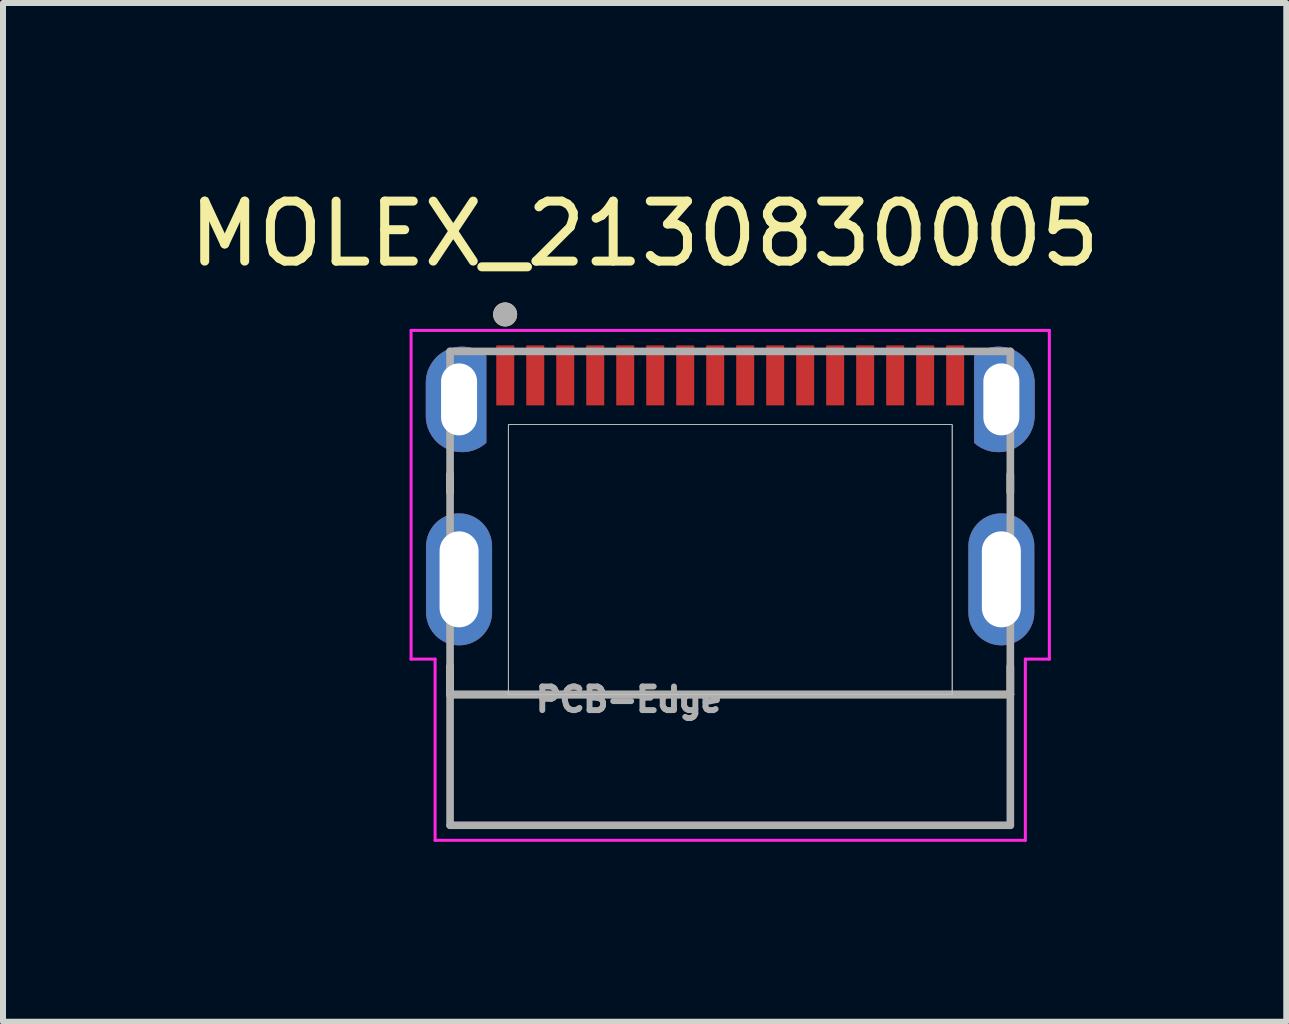
<source format=kicad_pcb>
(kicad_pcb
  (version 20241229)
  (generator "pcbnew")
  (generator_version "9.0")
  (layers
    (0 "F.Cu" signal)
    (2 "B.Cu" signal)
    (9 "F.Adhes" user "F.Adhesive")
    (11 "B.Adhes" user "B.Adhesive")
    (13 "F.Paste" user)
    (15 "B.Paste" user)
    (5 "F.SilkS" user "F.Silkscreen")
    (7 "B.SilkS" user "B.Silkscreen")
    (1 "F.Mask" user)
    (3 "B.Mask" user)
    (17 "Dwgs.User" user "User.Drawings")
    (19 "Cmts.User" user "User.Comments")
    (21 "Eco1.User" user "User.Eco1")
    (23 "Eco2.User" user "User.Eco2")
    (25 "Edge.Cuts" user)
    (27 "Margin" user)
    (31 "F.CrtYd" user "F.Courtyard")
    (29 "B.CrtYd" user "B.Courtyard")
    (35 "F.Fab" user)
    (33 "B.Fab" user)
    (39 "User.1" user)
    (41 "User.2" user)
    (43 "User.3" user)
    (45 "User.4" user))
  (footprint "MOLEX_2130830005"
    (layer "F.Cu")
    (at 9.123 3.208)
    (property "Reference" "MOLEX_2130830005" (at -1.427 -2.36 0) (layer "F.SilkS") (effects (font (size 1 1) (thickness 0.15))))
    (attr through_hole)
    (fp_poly (pts (xy -5.07 0.125) (xy -5.07 0.675) (xy -5.068 0.721) (xy -5.063 0.767) (xy -5.054 0.812) (xy -5.042 0.857) (xy -5.026 0.9) (xy -5.007 0.942) (xy -4.985 0.982) (xy -4.96 1.021) (xy -4.932 1.057) (xy -4.902 1.092) (xy -4.869 1.124) (xy -4.833 1.153) (xy -4.795 1.179) (xy -4.756 1.203) (xy -4.714 1.223) (xy -4.672 1.24) (xy -4.628 1.254) (xy -4.583 1.264) (xy -4.537 1.271) (xy -4.492 1.274) (xy -4.445 1.274) (xy -4.4 1.27) (xy -4.354 1.263) (xy -4.309 1.253) (xy -4.266 1.239) (xy -4.223 1.221) (xy -4.182 1.201) (xy -4.142 1.177) (xy -4.105 1.15) (xy -4.07 1.121) (xy -4.07 -0.321) (xy -4.105 -0.35) (xy -4.142 -0.377) (xy -4.182 -0.401) (xy -4.223 -0.421) (xy -4.266 -0.439) (xy -4.309 -0.453) (xy -4.354 -0.463) (xy -4.4 -0.47) (xy -4.445 -0.474) (xy -4.492 -0.474) (xy -4.537 -0.471) (xy -4.583 -0.464) (xy -4.628 -0.454) (xy -4.672 -0.44) (xy -4.714 -0.423) (xy -4.756 -0.403) (xy -4.795 -0.379) (xy -4.833 -0.353) (xy -4.869 -0.324) (xy -4.902 -0.292) (xy -4.932 -0.257) (xy -4.96 -0.221) (xy -4.985 -0.182) (xy -5.007 -0.142) (xy -5.026 -0.1) (xy -5.042 -0.057) (xy -5.054 -0.012) (xy -5.063 0.033) (xy -5.068 0.079) (xy -5.07 0.125)) (stroke (width 0.01) (type solid)) (fill yes) (layer "F.Cu"))
    (fp_poly (pts (xy 5.07 0.675) (xy 5.068 0.721) (xy 5.063 0.767) (xy 5.054 0.812) (xy 5.042 0.857) (xy 5.026 0.9) (xy 5.007 0.942) (xy 4.985 0.982) (xy 4.96 1.021) (xy 4.932 1.057) (xy 4.902 1.092) (xy 4.869 1.124) (xy 4.833 1.153) (xy 4.795 1.179) (xy 4.756 1.203) (xy 4.714 1.223) (xy 4.672 1.24) (xy 4.628 1.254) (xy 4.583 1.264) (xy 4.537 1.271) (xy 4.492 1.274) (xy 4.445 1.274) (xy 4.4 1.27) (xy 4.354 1.263) (xy 4.309 1.253) (xy 4.266 1.239) (xy 4.223 1.221) (xy 4.182 1.201) (xy 4.142 1.177) (xy 4.105 1.15) (xy 4.07 1.121) (xy 4.07 -0.321) (xy 4.105 -0.35) (xy 4.142 -0.377) (xy 4.182 -0.401) (xy 4.223 -0.421) (xy 4.266 -0.439) (xy 4.309 -0.453) (xy 4.354 -0.463) (xy 4.4 -0.47) (xy 4.445 -0.474) (xy 4.492 -0.474) (xy 4.537 -0.471) (xy 4.583 -0.464) (xy 4.628 -0.454) (xy 4.672 -0.44) (xy 4.714 -0.423) (xy 4.756 -0.403) (xy 4.795 -0.379) (xy 4.833 -0.353) (xy 4.869 -0.323) (xy 4.902 -0.292) (xy 4.932 -0.257) (xy 4.96 -0.221) (xy 4.985 -0.182) (xy 5.007 -0.142) (xy 5.026 -0.1) (xy 5.042 -0.057) (xy 5.054 -0.012) (xy 5.063 0.033) (xy 5.068 0.079) (xy 5.07 0.125) (xy 5.07 0.675)) (stroke (width 0.01) (type solid)) (fill yes) (layer "F.Cu"))
    (fp_poly (pts (xy 5.17 0.675) (xy 5.168 0.731) (xy 5.161 0.785) (xy 5.15 0.84) (xy 5.135 0.893) (xy 5.116 0.945) (xy 5.093 0.995) (xy 5.065 1.043) (xy 5.035 1.089) (xy 5 1.132) (xy 4.962 1.173) (xy 4.921 1.21) (xy 4.878 1.244) (xy 4.832 1.274) (xy 4.783 1.301) (xy 4.733 1.324) (xy 4.681 1.342) (xy 4.627 1.357) (xy 4.573 1.367) (xy 4.518 1.373) (xy 4.462 1.375) (xy 4.407 1.372) (xy 4.352 1.365) (xy 4.298 1.353) (xy 4.245 1.337) (xy 4.194 1.317) (xy 4.144 1.294) (xy 4.096 1.266) (xy 4.05 1.234) (xy 4.007 1.199) (xy 3.97 1.164) (xy 3.97 -0.364) (xy 4.007 -0.399) (xy 4.05 -0.434) (xy 4.096 -0.466) (xy 4.144 -0.494) (xy 4.194 -0.517) (xy 4.245 -0.537) (xy 4.298 -0.553) (xy 4.352 -0.565) (xy 4.407 -0.572) (xy 4.462 -0.575) (xy 4.518 -0.573) (xy 4.573 -0.567) (xy 4.627 -0.557) (xy 4.681 -0.542) (xy 4.733 -0.524) (xy 4.783 -0.501) (xy 4.832 -0.474) (xy 4.878 -0.444) (xy 4.921 -0.41) (xy 4.962 -0.373) (xy 5 -0.332) (xy 5.035 -0.289) (xy 5.065 -0.243) (xy 5.093 -0.195) (xy 5.116 -0.145) (xy 5.135 -0.093) (xy 5.15 -0.04) (xy 5.161 0.015) (xy 5.168 0.069) (xy 5.17 0.125) (xy 5.17 0.675)) (stroke (width 0.01) (type solid)) (fill yes) (layer "F.Mask"))
    (fp_poly (pts (xy -3.97 1.164) (xy -4.007 1.199) (xy -4.05 1.234) (xy -4.096 1.266) (xy -4.144 1.294) (xy -4.194 1.317) (xy -4.245 1.337) (xy -4.298 1.353) (xy -4.352 1.365) (xy -4.407 1.372) (xy -4.462 1.375) (xy -4.518 1.373) (xy -4.573 1.367) (xy -4.627 1.357) (xy -4.681 1.342) (xy -4.733 1.324) (xy -4.783 1.301) (xy -4.832 1.274) (xy -4.878 1.244) (xy -4.921 1.21) (xy -4.962 1.173) (xy -5 1.132) (xy -5.035 1.089) (xy -5.065 1.043) (xy -5.093 0.995) (xy -5.116 0.945) (xy -5.135 0.893) (xy -5.15 0.84) (xy -5.161 0.785) (xy -5.168 0.731) (xy -5.17 0.675) (xy -5.17 0.125) (xy -5.168 0.069) (xy -5.161 0.015) (xy -5.15 -0.04) (xy -5.135 -0.093) (xy -5.116 -0.145) (xy -5.093 -0.195) (xy -5.065 -0.243) (xy -5.035 -0.289) (xy -5 -0.332) (xy -4.962 -0.373) (xy -4.921 -0.41) (xy -4.878 -0.444) (xy -4.832 -0.474) (xy -4.783 -0.501) (xy -4.733 -0.524) (xy -4.681 -0.542) (xy -4.627 -0.557) (xy -4.573 -0.567) (xy -4.518 -0.573) (xy -4.462 -0.575) (xy -4.407 -0.572) (xy -4.352 -0.565) (xy -4.298 -0.553) (xy -4.245 -0.537) (xy -4.194 -0.517) (xy -4.144 -0.494) (xy -4.096 -0.466) (xy -4.05 -0.434) (xy -4.007 -0.399) (xy -3.97 -0.364) (xy -3.97 1.164) (xy -3.97 1.164)) (stroke (width 0.01) (type solid)) (fill yes) (layer "F.Mask"))
    (fp_poly (pts (xy -5.07 0.125) (xy -5.07 0.675) (xy -5.068 0.721) (xy -5.063 0.767) (xy -5.054 0.812) (xy -5.042 0.857) (xy -5.026 0.9) (xy -5.007 0.942) (xy -4.985 0.982) (xy -4.96 1.021) (xy -4.932 1.057) (xy -4.902 1.092) (xy -4.869 1.124) (xy -4.833 1.153) (xy -4.795 1.179) (xy -4.756 1.203) (xy -4.714 1.223) (xy -4.672 1.24) (xy -4.628 1.254) (xy -4.583 1.264) (xy -4.537 1.271) (xy -4.492 1.274) (xy -4.445 1.274) (xy -4.4 1.27) (xy -4.354 1.263) (xy -4.309 1.253) (xy -4.266 1.239) (xy -4.223 1.221) (xy -4.182 1.201) (xy -4.142 1.177) (xy -4.105 1.15) (xy -4.07 1.121) (xy -4.07 -0.321) (xy -4.105 -0.35) (xy -4.142 -0.377) (xy -4.182 -0.401) (xy -4.223 -0.421) (xy -4.266 -0.439) (xy -4.309 -0.453) (xy -4.354 -0.463) (xy -4.4 -0.47) (xy -4.445 -0.474) (xy -4.492 -0.474) (xy -4.537 -0.471) (xy -4.583 -0.464) (xy -4.628 -0.454) (xy -4.672 -0.44) (xy -4.714 -0.423) (xy -4.756 -0.403) (xy -4.795 -0.379) (xy -4.833 -0.353) (xy -4.869 -0.324) (xy -4.902 -0.292) (xy -4.932 -0.257) (xy -4.96 -0.221) (xy -4.985 -0.182) (xy -5.007 -0.142) (xy -5.026 -0.1) (xy -5.042 -0.057) (xy -5.054 -0.012) (xy -5.063 0.033) (xy -5.068 0.079) (xy -5.07 0.125)) (stroke (width 0.01) (type solid)) (fill yes) (layer "B.Cu"))
    (fp_poly (pts (xy 5.07 0.675) (xy 5.068 0.721) (xy 5.063 0.767) (xy 5.054 0.812) (xy 5.042 0.857) (xy 5.026 0.9) (xy 5.007 0.942) (xy 4.985 0.982) (xy 4.96 1.021) (xy 4.932 1.057) (xy 4.902 1.092) (xy 4.869 1.124) (xy 4.833 1.153) (xy 4.795 1.179) (xy 4.756 1.203) (xy 4.714 1.223) (xy 4.672 1.24) (xy 4.628 1.254) (xy 4.583 1.264) (xy 4.537 1.271) (xy 4.492 1.274) (xy 4.445 1.274) (xy 4.4 1.27) (xy 4.354 1.263) (xy 4.309 1.253) (xy 4.266 1.239) (xy 4.223 1.221) (xy 4.182 1.201) (xy 4.142 1.177) (xy 4.105 1.15) (xy 4.07 1.121) (xy 4.07 -0.321) (xy 4.105 -0.35) (xy 4.142 -0.377) (xy 4.182 -0.401) (xy 4.223 -0.421) (xy 4.266 -0.439) (xy 4.309 -0.453) (xy 4.354 -0.463) (xy 4.4 -0.47) (xy 4.445 -0.474) (xy 4.492 -0.474) (xy 4.537 -0.471) (xy 4.583 -0.464) (xy 4.628 -0.454) (xy 4.672 -0.44) (xy 4.714 -0.423) (xy 4.756 -0.403) (xy 4.795 -0.379) (xy 4.833 -0.353) (xy 4.869 -0.323) (xy 4.902 -0.292) (xy 4.932 -0.257) (xy 4.96 -0.221) (xy 4.985 -0.182) (xy 5.007 -0.142) (xy 5.026 -0.1) (xy 5.042 -0.057) (xy 5.054 -0.012) (xy 5.063 0.033) (xy 5.068 0.079) (xy 5.07 0.125) (xy 5.07 0.675)) (stroke (width 0.01) (type solid)) (fill yes) (layer "B.Cu"))
    (fp_poly (pts (xy 5.17 0.675) (xy 5.168 0.731) (xy 5.161 0.785) (xy 5.15 0.84) (xy 5.135 0.893) (xy 5.116 0.945) (xy 5.093 0.995) (xy 5.065 1.043) (xy 5.035 1.089) (xy 5 1.132) (xy 4.962 1.173) (xy 4.921 1.21) (xy 4.878 1.244) (xy 4.832 1.274) (xy 4.783 1.301) (xy 4.733 1.324) (xy 4.681 1.342) (xy 4.627 1.357) (xy 4.573 1.367) (xy 4.518 1.373) (xy 4.462 1.375) (xy 4.407 1.372) (xy 4.352 1.365) (xy 4.298 1.353) (xy 4.245 1.337) (xy 4.194 1.317) (xy 4.144 1.294) (xy 4.096 1.266) (xy 4.05 1.234) (xy 4.007 1.199) (xy 3.97 1.164) (xy 3.97 -0.364) (xy 4.007 -0.399) (xy 4.05 -0.434) (xy 4.096 -0.466) (xy 4.144 -0.494) (xy 4.194 -0.517) (xy 4.245 -0.537) (xy 4.298 -0.553) (xy 4.352 -0.565) (xy 4.407 -0.572) (xy 4.462 -0.575) (xy 4.518 -0.573) (xy 4.573 -0.567) (xy 4.627 -0.557) (xy 4.681 -0.542) (xy 4.733 -0.524) (xy 4.783 -0.501) (xy 4.832 -0.474) (xy 4.878 -0.444) (xy 4.921 -0.41) (xy 4.962 -0.373) (xy 5 -0.332) (xy 5.035 -0.289) (xy 5.065 -0.243) (xy 5.093 -0.195) (xy 5.116 -0.145) (xy 5.135 -0.093) (xy 5.15 -0.04) (xy 5.161 0.015) (xy 5.168 0.069) (xy 5.17 0.125) (xy 5.17 0.675)) (stroke (width 0.01) (type solid)) (fill yes) (layer "B.Mask"))
    (fp_poly (pts (xy -3.97 1.164) (xy -4.007 1.199) (xy -4.05 1.234) (xy -4.096 1.266) (xy -4.144 1.294) (xy -4.194 1.317) (xy -4.245 1.337) (xy -4.298 1.353) (xy -4.352 1.365) (xy -4.407 1.372) (xy -4.462 1.375) (xy -4.518 1.373) (xy -4.573 1.367) (xy -4.627 1.357) (xy -4.681 1.342) (xy -4.733 1.324) (xy -4.783 1.301) (xy -4.832 1.274) (xy -4.878 1.244) (xy -4.921 1.21) (xy -4.962 1.173) (xy -5 1.132) (xy -5.035 1.089) (xy -5.065 1.043) (xy -5.093 0.995) (xy -5.116 0.945) (xy -5.135 0.893) (xy -5.15 0.84) (xy -5.161 0.785) (xy -5.168 0.731) (xy -5.17 0.675) (xy -5.17 0.125) (xy -5.168 0.069) (xy -5.161 0.015) (xy -5.15 -0.04) (xy -5.135 -0.093) (xy -5.116 -0.145) (xy -5.093 -0.195) (xy -5.065 -0.243) (xy -5.035 -0.289) (xy -5 -0.332) (xy -4.962 -0.373) (xy -4.921 -0.41) (xy -4.878 -0.444) (xy -4.832 -0.474) (xy -4.783 -0.501) (xy -4.733 -0.524) (xy -4.681 -0.542) (xy -4.627 -0.557) (xy -4.573 -0.567) (xy -4.518 -0.573) (xy -4.462 -0.575) (xy -4.407 -0.572) (xy -4.352 -0.565) (xy -4.298 -0.553) (xy -4.245 -0.537) (xy -4.194 -0.517) (xy -4.144 -0.494) (xy -4.096 -0.466) (xy -4.05 -0.434) (xy -4.007 -0.399) (xy -3.97 -0.364) (xy -3.97 1.164) (xy -3.97 1.164)) (stroke (width 0.01) (type solid)) (fill yes) (layer "B.Mask"))
    (fp_line (start -4.67 1.95) (end -4.67 1.65) (stroke (width 0.127) (type solid)) (layer "F.SilkS"))
    (fp_line (start -4.67 4.85) (end -4.67 5.32) (stroke (width 0.127) (type solid)) (layer "F.SilkS"))
    (fp_line (start 4.67 1.95) (end 4.67 1.65) (stroke (width 0.127) (type solid)) (layer "F.SilkS"))
    (fp_line (start 4.67 4.85) (end 4.67 5.32) (stroke (width 0.127) (type solid)) (layer "F.SilkS"))
    (fp_line (start 4.67 5.32) (end -4.67 5.32) (stroke (width 0.127) (type solid)) (layer "F.SilkS"))
    (fp_circle (center -3.752 -1.016) (end -3.652 -1.016) (stroke (width 0.2) (type solid)) (fill no) (layer "F.SilkS"))
    (fp_poly (pts (xy 3.7 5.32) (xy -3.7 5.32) (xy -3.7 0.82) (xy 3.7 0.82)) (stroke (width 0.01) (type solid)) (fill no) (layer "Dwgs.User"))
    (fp_poly (pts (xy 3.7 5.32) (xy -3.7 5.32) (xy -3.7 0.82) (xy 3.7 0.82)) (stroke (width 0.01) (type solid)) (fill no) (layer "Dwgs.User"))
    (fp_poly (pts (xy 3.7 5.32) (xy -3.7 5.32) (xy -3.7 0.82) (xy 3.7 0.82)) (stroke (width 0.01) (type solid)) (fill no) (layer "Dwgs.User"))
    (fp_line (start -5.32 -0.75) (end 5.32 -0.75) (stroke (width 0.05) (type solid)) (layer "F.CrtYd"))
    (fp_line (start -5.32 4.73) (end -5.32 -0.75) (stroke (width 0.05) (type solid)) (layer "F.CrtYd"))
    (fp_line (start -5.32 4.73) (end -4.92 4.73) (stroke (width 0.05) (type solid)) (layer "F.CrtYd"))
    (fp_line (start -4.92 4.73) (end -4.92 7.75) (stroke (width 0.05) (type solid)) (layer "F.CrtYd"))
    (fp_line (start -4.92 7.75) (end 4.92 7.75) (stroke (width 0.05) (type solid)) (layer "F.CrtYd"))
    (fp_line (start 4.92 4.73) (end 4.92 7.75) (stroke (width 0.05) (type solid)) (layer "F.CrtYd"))
    (fp_line (start 5.32 -0.75) (end 5.32 4.73) (stroke (width 0.05) (type solid)) (layer "F.CrtYd"))
    (fp_line (start 5.32 4.73) (end 4.92 4.73) (stroke (width 0.05) (type solid)) (layer "F.CrtYd"))
    (fp_line (start -4.67 -0.4) (end 4.67 -0.4) (stroke (width 0.127) (type solid)) (layer "F.Fab"))
    (fp_line (start -4.67 5.32) (end -4.67 -0.4) (stroke (width 0.127) (type solid)) (layer "F.Fab"))
    (fp_line (start -4.67 7.5) (end -4.67 5.32) (stroke (width 0.127) (type solid)) (layer "F.Fab"))
    (fp_line (start 4.67 -0.4) (end 4.67 5.32) (stroke (width 0.127) (type solid)) (layer "F.Fab"))
    (fp_line (start 4.67 5.32) (end -4.67 5.32) (stroke (width 0.127) (type solid)) (layer "F.Fab"))
    (fp_line (start 4.67 5.32) (end 4.67 7.5) (stroke (width 0.127) (type solid)) (layer "F.Fab"))
    (fp_line (start 4.67 7.5) (end -4.67 7.5) (stroke (width 0.127) (type solid)) (layer "F.Fab"))
    (fp_circle (center -3.752 -1.016) (end -3.652 -1.016) (stroke (width 0.2) (type solid)) (fill no) (layer "F.Fab"))
    (fp_text user "PCB-Edge" (at -1.688 5.403 0) (layer "F.Fab") (effects (font (size 0.394 0.394) (thickness 0.15))))
    (pad "A1" smd rect (at -3.75 0) (size 0.3 1) (layers "F.Cu" "F.Mask" "F.Paste"))
    (pad "A4" smd rect (at -2.75 0) (size 0.3 1) (layers "F.Cu" "F.Mask" "F.Paste"))
    (pad "A5" smd rect (at -1.75 0) (size 0.3 1) (layers "F.Cu" "F.Mask" "F.Paste"))
    (pad "A6" smd rect (at -0.75 0) (size 0.3 1) (layers "F.Cu" "F.Mask" "F.Paste"))
    (pad "A7" smd rect (at 0.75 0) (size 0.3 1) (layers "F.Cu" "F.Mask" "F.Paste"))
    (pad "A8" smd rect (at 1.75 0) (size 0.3 1) (layers "F.Cu" "F.Mask" "F.Paste"))
    (pad "A9" smd rect (at 2.75 0) (size 0.3 1) (layers "F.Cu" "F.Mask" "F.Paste"))
    (pad "A12" smd rect (at 3.75 0) (size 0.3 1) (layers "F.Cu" "F.Mask" "F.Paste"))
    (pad "B1" smd rect (at 3.25 0) (size 0.3 1) (layers "F.Cu" "F.Mask" "F.Paste"))
    (pad "B4" smd rect (at 2.25 0) (size 0.3 1) (layers "F.Cu" "F.Mask" "F.Paste"))
    (pad "B5" smd rect (at 1.25 0) (size 0.3 1) (layers "F.Cu" "F.Mask" "F.Paste"))
    (pad "B6" smd rect (at 0.25 0) (size 0.3 1) (layers "F.Cu" "F.Mask" "F.Paste"))
    (pad "B7" smd rect (at -0.25 0) (size 0.3 1) (layers "F.Cu" "F.Mask" "F.Paste"))
    (pad "B8" smd rect (at -1.25 0) (size 0.3 1) (layers "F.Cu" "F.Mask" "F.Paste"))
    (pad "B9" smd rect (at -2.25 0) (size 0.3 1) (layers "F.Cu" "F.Mask" "F.Paste"))
    (pad "B12" smd rect (at -3.25 0) (size 0.3 1) (layers "F.Cu" "F.Mask" "F.Paste"))
    (pad "S1" thru_hole oval (at -4.52 0.4) (size 0.8 1.6) (drill oval 0.6 1.2) (layers "*.Cu"))
    (pad "S2" thru_hole oval (at -4.52 3.4) (size 1.1 2.2) (drill oval 0.65 1.6) (layers "*.Cu" "*.Mask"))
    (pad "S3" thru_hole oval (at 4.52 3.4) (size 1.1 2.2) (drill oval 0.65 1.6) (layers "*.Cu" "*.Mask"))
    (pad "S4" thru_hole oval (at 4.52 0.4) (size 0.8 1.6) (drill oval 0.6 1.2) (layers "*.Cu")))
  (gr_rect
    (start -3 -3)
    (end 18.393 13.983)
    (stroke (width 0.1) (type default))
    (fill no)
    (layer "Edge.Cuts")))
</source>
